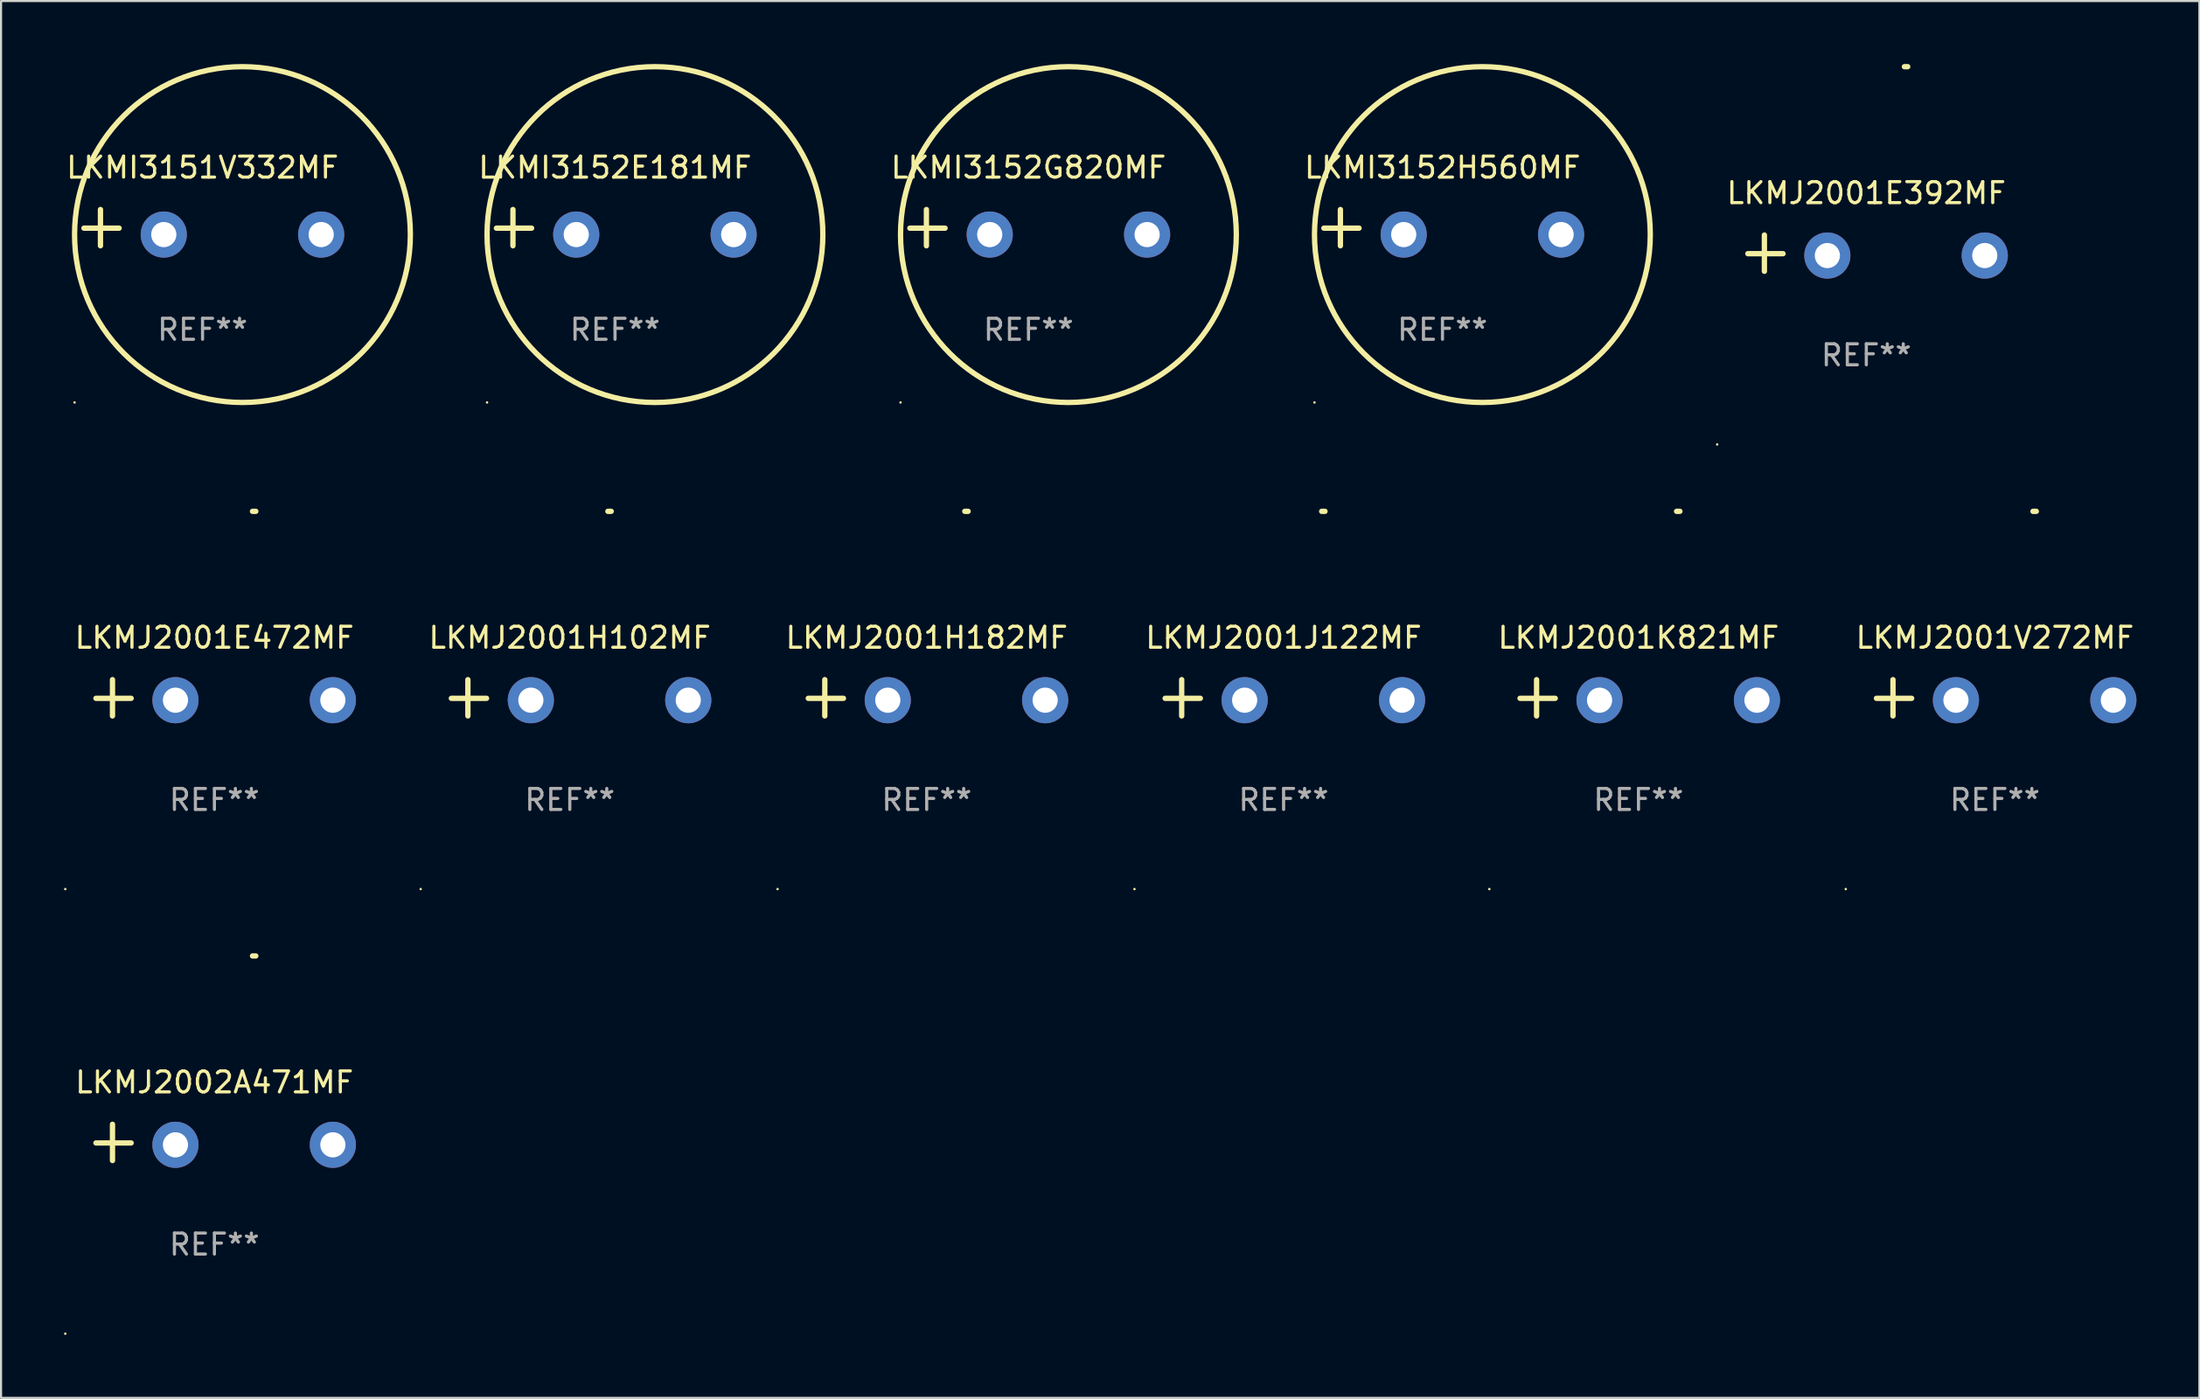
<source format=kicad_pcb>
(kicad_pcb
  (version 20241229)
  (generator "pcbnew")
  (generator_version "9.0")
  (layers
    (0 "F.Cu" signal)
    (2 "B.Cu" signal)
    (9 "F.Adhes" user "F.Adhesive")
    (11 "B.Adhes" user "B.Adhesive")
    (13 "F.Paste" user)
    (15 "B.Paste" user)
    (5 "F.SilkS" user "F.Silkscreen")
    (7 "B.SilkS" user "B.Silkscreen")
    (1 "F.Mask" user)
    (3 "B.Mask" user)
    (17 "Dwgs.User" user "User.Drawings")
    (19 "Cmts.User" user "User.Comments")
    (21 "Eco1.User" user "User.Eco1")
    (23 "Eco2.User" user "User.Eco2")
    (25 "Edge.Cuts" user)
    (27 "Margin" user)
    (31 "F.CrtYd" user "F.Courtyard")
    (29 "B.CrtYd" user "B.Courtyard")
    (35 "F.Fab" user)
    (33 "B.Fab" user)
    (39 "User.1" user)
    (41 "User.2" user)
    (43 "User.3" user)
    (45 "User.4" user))
  (footprint "LKMI3152E181MF"
    (layer "F.Cu")
    (at 26.255 7.797)
    (property "Reference" "LKMI3152E181MF" (at 0 -2.864 0) (layer "F.SilkS") (effects (font (size 1 1) (thickness 0.15))))
    (attr through_hole)
    (fp_line (start -4.864 0.864) (end -4.864 -0.864) (stroke (width 0.254) (type solid)) (layer "F.SilkS"))
    (fp_line (start -3.975 0.025) (end -5.652 0.025) (stroke (width 0.254) (type solid)) (layer "F.SilkS"))
    (fp_circle (center -6.098 8.33) (end -6.068 8.33) (stroke (width 0.06) (type solid)) (fill no) (layer "F.SilkS"))
    (fp_circle (center 1.902 0.33) (end 9.902 0.33) (stroke (width 0.254) (type solid)) (fill no) (layer "F.SilkS"))
    (fp_text user "REF**" (at 0 4.864 0) (layer "F.Fab") (effects (font (size 1 1) (thickness 0.15))))
    (pad "1" thru_hole circle (at -1.848 0.33) (size 2.2 2.2) (drill 1.2) (layers "*.Cu" "*.Mask"))
    (pad "2" thru_hole circle (at 5.652 0.33) (size 2.2 2.2) (drill 1.2) (layers "*.Cu" "*.Mask")))
  (footprint "LKMJ2001H102MF"
    (layer "F.Cu")
    (at 24.1 30.2)
    (property "Reference" "LKMJ2001H102MF" (at 0 -2.864 0) (layer "F.SilkS") (effects (font (size 1 1) (thickness 0.15))))
    (attr through_hole)
    (fp_line (start -4.856 0.864) (end -4.856 -0.864) (stroke (width 0.254) (type solid)) (layer "F.SilkS"))
    (fp_line (start -3.967 0.025) (end -5.644 0.025) (stroke (width 0.254) (type solid)) (layer "F.SilkS"))
    (fp_arc (start 1.815024 -8.885649) (mid 1.893764 -8.88599) (end 1.972504 -8.885649) (stroke (width 0.254001) (type solid)) (layer "F.SilkS"))
    (fp_circle (center -7.106 9.114) (end -7.076 9.114) (stroke (width 0.06) (type solid)) (fill no) (layer "F.SilkS"))
    (fp_text user "REF**" (at 0 4.864 0) (layer "F.Fab") (effects (font (size 1 1) (thickness 0.15))))
    (pad "1" thru_hole circle (at -1.856 0.114) (size 2.2 2.2) (drill 1.2) (layers "*.Cu" "*.Mask"))
    (pad "2" thru_hole circle (at 5.644 0.114) (size 2.2 2.2) (drill 1.2) (layers "*.Cu" "*.Mask")))
  (footprint "LKMI3151V332MF"
    (layer "F.Cu")
    (at 6.601 7.797)
    (property "Reference" "LKMI3151V332MF" (at 0 -2.864 0) (layer "F.SilkS") (effects (font (size 1 1) (thickness 0.15))))
    (attr through_hole)
    (fp_line (start -4.864 0.864) (end -4.864 -0.864) (stroke (width 0.254) (type solid)) (layer "F.SilkS"))
    (fp_line (start -3.975 0.025) (end -5.652 0.025) (stroke (width 0.254) (type solid)) (layer "F.SilkS"))
    (fp_circle (center -6.098 8.33) (end -6.068 8.33) (stroke (width 0.06) (type solid)) (fill no) (layer "F.SilkS"))
    (fp_circle (center 1.902 0.33) (end 9.902 0.33) (stroke (width 0.254) (type solid)) (fill no) (layer "F.SilkS"))
    (fp_text user "REF**" (at 0 4.864 0) (layer "F.Fab") (effects (font (size 1 1) (thickness 0.15))))
    (pad "1" thru_hole circle (at -1.848 0.33) (size 2.2 2.2) (drill 1.2) (layers "*.Cu" "*.Mask"))
    (pad "2" thru_hole circle (at 5.652 0.33) (size 2.2 2.2) (drill 1.2) (layers "*.Cu" "*.Mask")))
  (footprint "LKMJ2001E392MF"
    (layer "F.Cu")
    (at 85.876 9.013)
    (property "Reference" "LKMJ2001E392MF" (at 0 -2.864 0) (layer "F.SilkS") (effects (font (size 1 1) (thickness 0.15))))
    (attr through_hole)
    (fp_line (start -4.856 0.864) (end -4.856 -0.864) (stroke (width 0.254) (type solid)) (layer "F.SilkS"))
    (fp_line (start -3.967 0.025) (end -5.644 0.025) (stroke (width 0.254) (type solid)) (layer "F.SilkS"))
    (fp_arc (start 1.815024 -8.885649) (mid 1.893764 -8.88599) (end 1.972504 -8.885649) (stroke (width 0.254001) (type solid)) (layer "F.SilkS"))
    (fp_circle (center -7.106 9.114) (end -7.076 9.114) (stroke (width 0.06) (type solid)) (fill no) (layer "F.SilkS"))
    (fp_text user "REF**" (at 0 4.864 0) (layer "F.Fab") (effects (font (size 1 1) (thickness 0.15))))
    (pad "1" thru_hole circle (at -1.856 0.114) (size 2.2 2.2) (drill 1.2) (layers "*.Cu" "*.Mask"))
    (pad "2" thru_hole circle (at 5.644 0.114) (size 2.2 2.2) (drill 1.2) (layers "*.Cu" "*.Mask")))
  (footprint "LKMJ2001V272MF"
    (layer "F.Cu")
    (at 92.003 30.2)
    (property "Reference" "LKMJ2001V272MF" (at 0 -2.864 0) (layer "F.SilkS") (effects (font (size 1 1) (thickness 0.15))))
    (attr through_hole)
    (fp_line (start -4.856 0.864) (end -4.856 -0.864) (stroke (width 0.254) (type solid)) (layer "F.SilkS"))
    (fp_line (start -3.967 0.025) (end -5.644 0.025) (stroke (width 0.254) (type solid)) (layer "F.SilkS"))
    (fp_arc (start 1.815024 -8.885649) (mid 1.893764 -8.88599) (end 1.972504 -8.885649) (stroke (width 0.254001) (type solid)) (layer "F.SilkS"))
    (fp_circle (center -7.106 9.114) (end -7.076 9.114) (stroke (width 0.06) (type solid)) (fill no) (layer "F.SilkS"))
    (fp_text user "REF**" (at 0 4.864 0) (layer "F.Fab") (effects (font (size 1 1) (thickness 0.15))))
    (pad "1" thru_hole circle (at -1.856 0.114) (size 2.2 2.2) (drill 1.2) (layers "*.Cu" "*.Mask"))
    (pad "2" thru_hole circle (at 5.644 0.114) (size 2.2 2.2) (drill 1.2) (layers "*.Cu" "*.Mask")))
  (footprint "LKMJ2001H182MF"
    (layer "F.Cu")
    (at 41.106 30.2)
    (property "Reference" "LKMJ2001H182MF" (at 0 -2.864 0) (layer "F.SilkS") (effects (font (size 1 1) (thickness 0.15))))
    (attr through_hole)
    (fp_line (start -4.856 0.864) (end -4.856 -0.864) (stroke (width 0.254) (type solid)) (layer "F.SilkS"))
    (fp_line (start -3.967 0.025) (end -5.644 0.025) (stroke (width 0.254) (type solid)) (layer "F.SilkS"))
    (fp_arc (start 1.815024 -8.885649) (mid 1.893764 -8.88599) (end 1.972504 -8.885649) (stroke (width 0.254001) (type solid)) (layer "F.SilkS"))
    (fp_circle (center -7.106 9.114) (end -7.076 9.114) (stroke (width 0.06) (type solid)) (fill no) (layer "F.SilkS"))
    (fp_text user "REF**" (at 0 4.864 0) (layer "F.Fab") (effects (font (size 1 1) (thickness 0.15))))
    (pad "1" thru_hole circle (at -1.856 0.114) (size 2.2 2.2) (drill 1.2) (layers "*.Cu" "*.Mask"))
    (pad "2" thru_hole circle (at 5.644 0.114) (size 2.2 2.2) (drill 1.2) (layers "*.Cu" "*.Mask")))
  (footprint "LKMJ2002A471MF"
    (layer "F.Cu")
    (at 7.166 51.386)
    (property "Reference" "LKMJ2002A471MF" (at 0 -2.864 0) (layer "F.SilkS") (effects (font (size 1 1) (thickness 0.15))))
    (attr through_hole)
    (fp_line (start -4.856 0.864) (end -4.856 -0.864) (stroke (width 0.254) (type solid)) (layer "F.SilkS"))
    (fp_line (start -3.967 0.025) (end -5.644 0.025) (stroke (width 0.254) (type solid)) (layer "F.SilkS"))
    (fp_arc (start 1.815024 -8.885649) (mid 1.893764 -8.88599) (end 1.972504 -8.885649) (stroke (width 0.254001) (type solid)) (layer "F.SilkS"))
    (fp_circle (center -7.106 9.114) (end -7.076 9.114) (stroke (width 0.06) (type solid)) (fill no) (layer "F.SilkS"))
    (fp_text user "REF**" (at 0 4.864 0) (layer "F.Fab") (effects (font (size 1 1) (thickness 0.15))))
    (pad "1" thru_hole circle (at -1.856 0.114) (size 2.2 2.2) (drill 1.2) (layers "*.Cu" "*.Mask"))
    (pad "2" thru_hole circle (at 5.644 0.114) (size 2.2 2.2) (drill 1.2) (layers "*.Cu" "*.Mask")))
  (footprint "LKMJ2001E472MF"
    (layer "F.Cu")
    (at 7.166 30.2)
    (property "Reference" "LKMJ2001E472MF" (at 0 -2.864 0) (layer "F.SilkS") (effects (font (size 1 1) (thickness 0.15))))
    (attr through_hole)
    (fp_line (start -4.856 0.864) (end -4.856 -0.864) (stroke (width 0.254) (type solid)) (layer "F.SilkS"))
    (fp_line (start -3.967 0.025) (end -5.644 0.025) (stroke (width 0.254) (type solid)) (layer "F.SilkS"))
    (fp_arc (start 1.815024 -8.885649) (mid 1.893764 -8.88599) (end 1.972504 -8.885649) (stroke (width 0.254001) (type solid)) (layer "F.SilkS"))
    (fp_circle (center -7.106 9.114) (end -7.076 9.114) (stroke (width 0.06) (type solid)) (fill no) (layer "F.SilkS"))
    (fp_text user "REF**" (at 0 4.864 0) (layer "F.Fab") (effects (font (size 1 1) (thickness 0.15))))
    (pad "1" thru_hole circle (at -1.856 0.114) (size 2.2 2.2) (drill 1.2) (layers "*.Cu" "*.Mask"))
    (pad "2" thru_hole circle (at 5.644 0.114) (size 2.2 2.2) (drill 1.2) (layers "*.Cu" "*.Mask")))
  (footprint "LKMJ2001K821MF"
    (layer "F.Cu")
    (at 75.021 30.2)
    (property "Reference" "LKMJ2001K821MF" (at 0 -2.864 0) (layer "F.SilkS") (effects (font (size 1 1) (thickness 0.15))))
    (attr through_hole)
    (fp_line (start -4.856 0.864) (end -4.856 -0.864) (stroke (width 0.254) (type solid)) (layer "F.SilkS"))
    (fp_line (start -3.967 0.025) (end -5.644 0.025) (stroke (width 0.254) (type solid)) (layer "F.SilkS"))
    (fp_arc (start 1.815024 -8.885649) (mid 1.893764 -8.88599) (end 1.972504 -8.885649) (stroke (width 0.254001) (type solid)) (layer "F.SilkS"))
    (fp_circle (center -7.106 9.114) (end -7.076 9.114) (stroke (width 0.06) (type solid)) (fill no) (layer "F.SilkS"))
    (fp_text user "REF**" (at 0 4.864 0) (layer "F.Fab") (effects (font (size 1 1) (thickness 0.15))))
    (pad "1" thru_hole circle (at -1.856 0.114) (size 2.2 2.2) (drill 1.2) (layers "*.Cu" "*.Mask"))
    (pad "2" thru_hole circle (at 5.644 0.114) (size 2.2 2.2) (drill 1.2) (layers "*.Cu" "*.Mask")))
  (footprint "LKMI3152G820MF"
    (layer "F.Cu")
    (at 45.956 7.797)
    (property "Reference" "LKMI3152G820MF" (at 0 -2.864 0) (layer "F.SilkS") (effects (font (size 1 1) (thickness 0.15))))
    (attr through_hole)
    (fp_line (start -4.864 0.864) (end -4.864 -0.864) (stroke (width 0.254) (type solid)) (layer "F.SilkS"))
    (fp_line (start -3.975 0.025) (end -5.652 0.025) (stroke (width 0.254) (type solid)) (layer "F.SilkS"))
    (fp_circle (center -6.098 8.33) (end -6.068 8.33) (stroke (width 0.06) (type solid)) (fill no) (layer "F.SilkS"))
    (fp_circle (center 1.902 0.33) (end 9.902 0.33) (stroke (width 0.254) (type solid)) (fill no) (layer "F.SilkS"))
    (fp_text user "REF**" (at 0 4.864 0) (layer "F.Fab") (effects (font (size 1 1) (thickness 0.15))))
    (pad "1" thru_hole circle (at -1.848 0.33) (size 2.2 2.2) (drill 1.2) (layers "*.Cu" "*.Mask"))
    (pad "2" thru_hole circle (at 5.652 0.33) (size 2.2 2.2) (drill 1.2) (layers "*.Cu" "*.Mask")))
  (footprint "LKMJ2001J122MF"
    (layer "F.Cu")
    (at 58.111 30.2)
    (property "Reference" "LKMJ2001J122MF" (at 0 -2.864 0) (layer "F.SilkS") (effects (font (size 1 1) (thickness 0.15))))
    (attr through_hole)
    (fp_line (start -4.856 0.864) (end -4.856 -0.864) (stroke (width 0.254) (type solid)) (layer "F.SilkS"))
    (fp_line (start -3.967 0.025) (end -5.644 0.025) (stroke (width 0.254) (type solid)) (layer "F.SilkS"))
    (fp_arc (start 1.815024 -8.885649) (mid 1.893764 -8.88599) (end 1.972504 -8.885649) (stroke (width 0.254001) (type solid)) (layer "F.SilkS"))
    (fp_circle (center -7.106 9.114) (end -7.076 9.114) (stroke (width 0.06) (type solid)) (fill no) (layer "F.SilkS"))
    (fp_text user "REF**" (at 0 4.864 0) (layer "F.Fab") (effects (font (size 1 1) (thickness 0.15))))
    (pad "1" thru_hole circle (at -1.856 0.114) (size 2.2 2.2) (drill 1.2) (layers "*.Cu" "*.Mask"))
    (pad "2" thru_hole circle (at 5.644 0.114) (size 2.2 2.2) (drill 1.2) (layers "*.Cu" "*.Mask")))
  (footprint "LKMI3152H560MF"
    (layer "F.Cu")
    (at 65.681 7.797)
    (property "Reference" "LKMI3152H560MF" (at 0 -2.864 0) (layer "F.SilkS") (effects (font (size 1 1) (thickness 0.15))))
    (attr through_hole)
    (fp_line (start -4.864 0.864) (end -4.864 -0.864) (stroke (width 0.254) (type solid)) (layer "F.SilkS"))
    (fp_line (start -3.975 0.025) (end -5.652 0.025) (stroke (width 0.254) (type solid)) (layer "F.SilkS"))
    (fp_circle (center -6.098 8.33) (end -6.068 8.33) (stroke (width 0.06) (type solid)) (fill no) (layer "F.SilkS"))
    (fp_circle (center 1.902 0.33) (end 9.902 0.33) (stroke (width 0.254) (type solid)) (fill no) (layer "F.SilkS"))
    (fp_text user "REF**" (at 0 4.864 0) (layer "F.Fab") (effects (font (size 1 1) (thickness 0.15))))
    (pad "1" thru_hole circle (at -1.848 0.33) (size 2.2 2.2) (drill 1.2) (layers "*.Cu" "*.Mask"))
    (pad "2" thru_hole circle (at 5.652 0.33) (size 2.2 2.2) (drill 1.2) (layers "*.Cu" "*.Mask")))
  (gr_rect
    (start -3 -3)
    (end 101.747 63.56)
    (stroke (width 0.1) (type default))
    (fill no)
    (layer "Edge.Cuts")))
</source>
